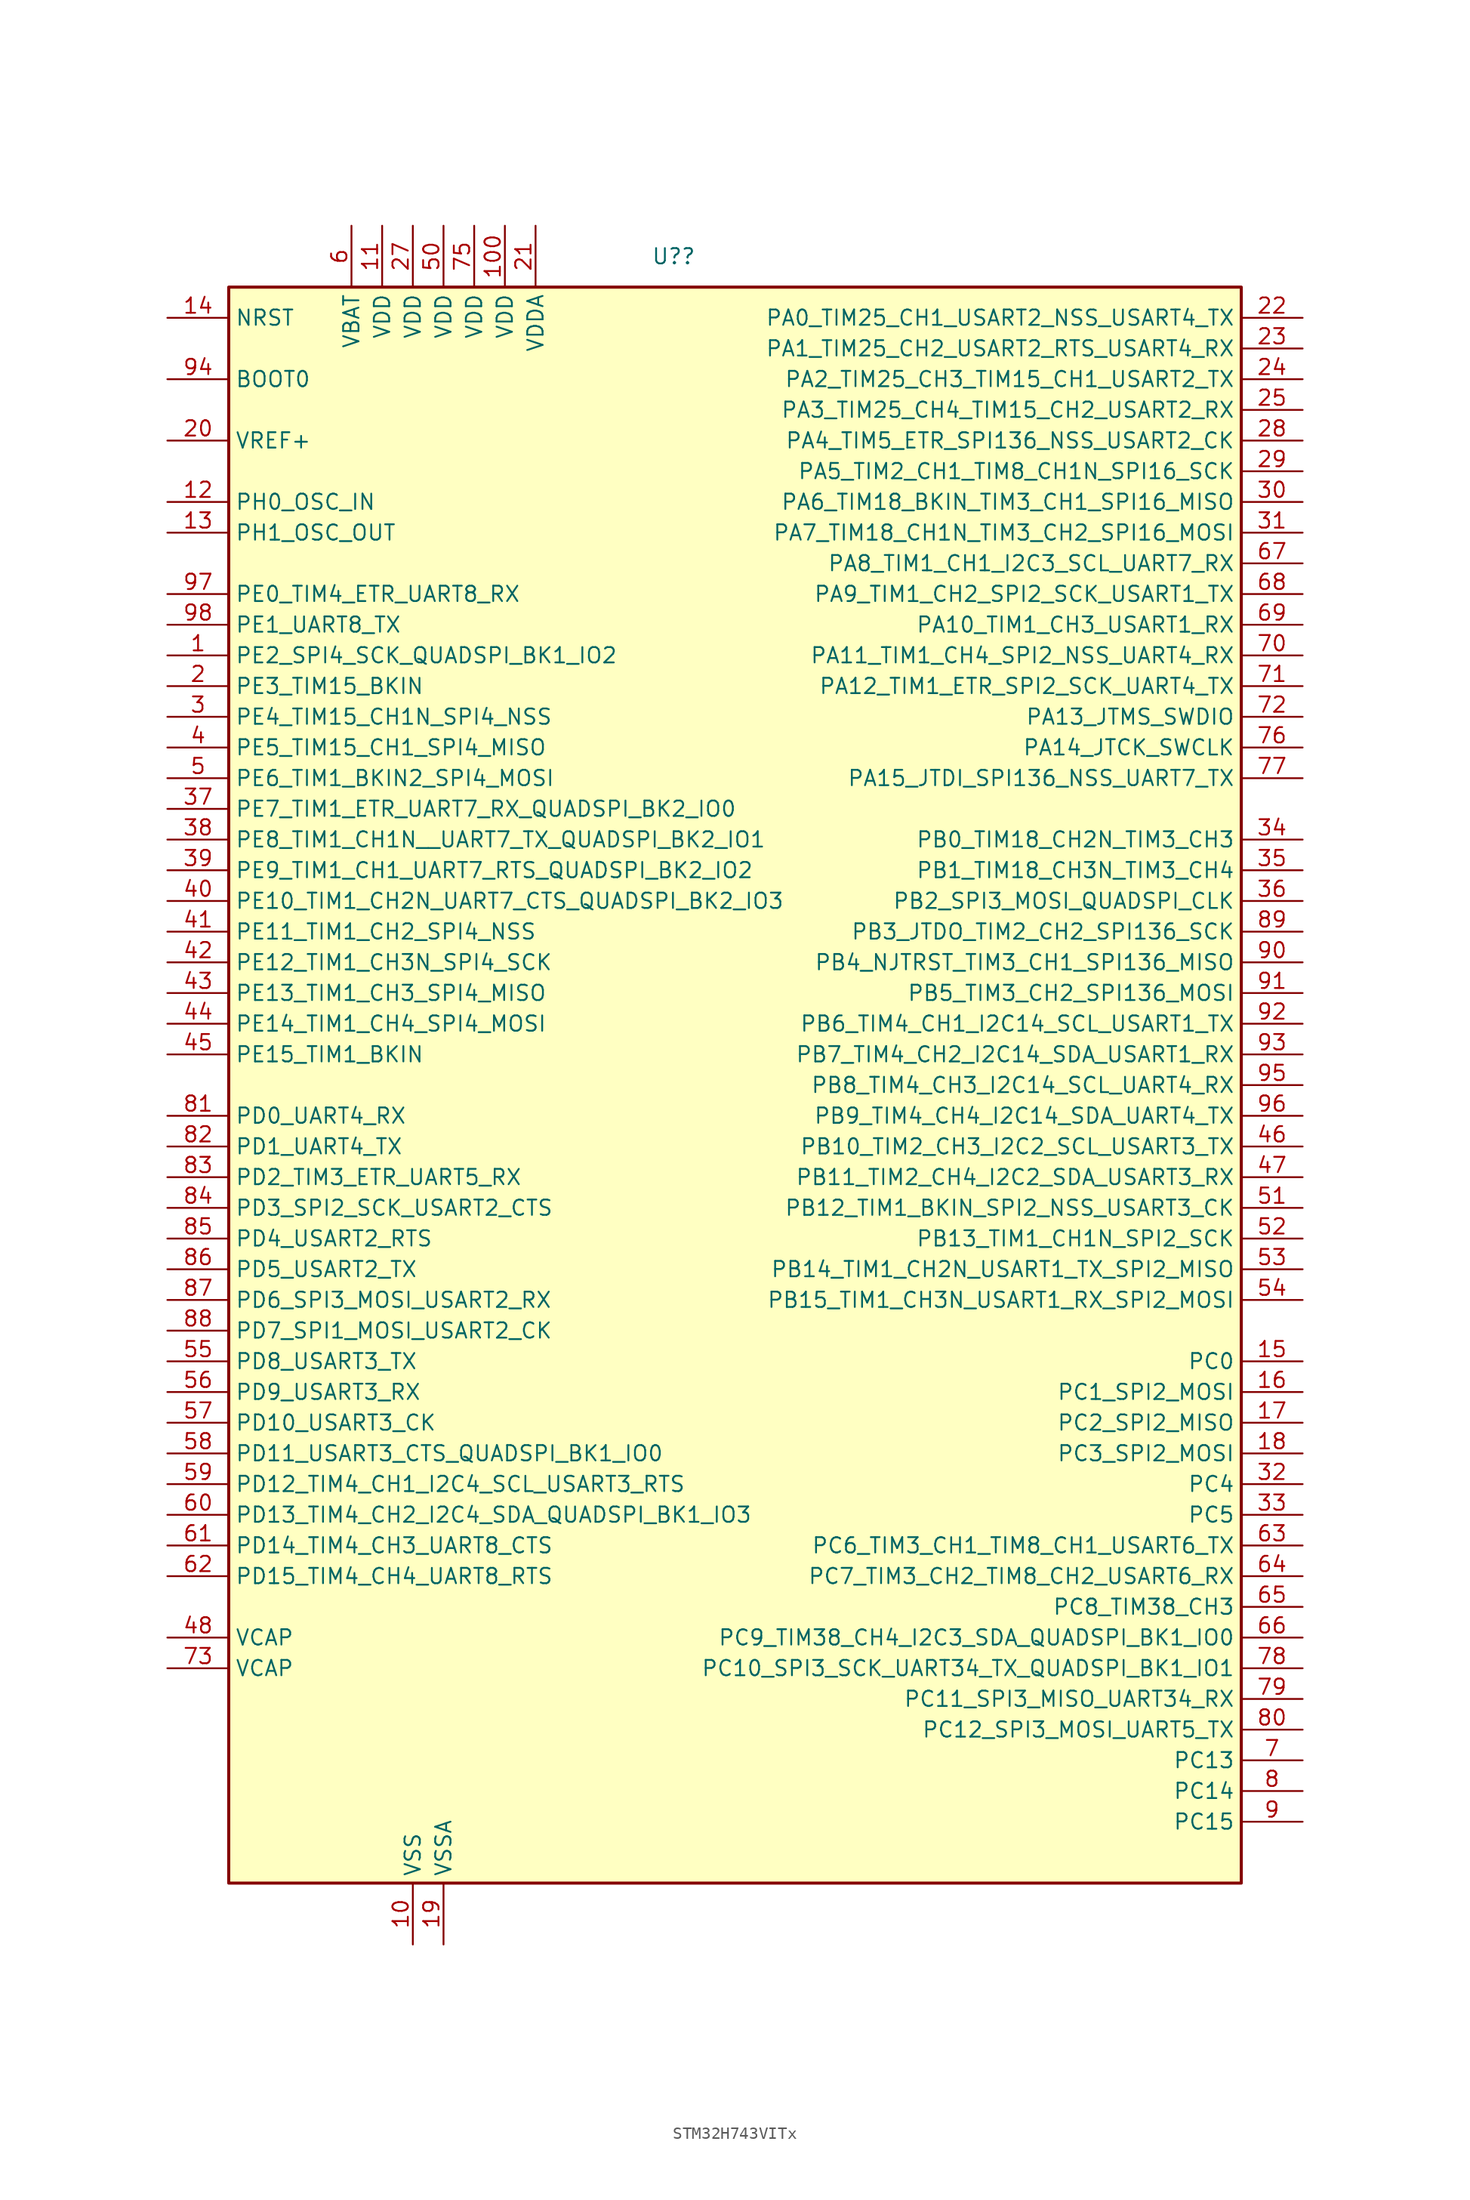
<source format=kicad_sym>
(kicad_symbol_lib
  (version 20231120)
  (generator "kicad_symbol_editor")
  (generator_version "8.0")
  (symbol "STM32H743VITx"
    (property "Reference" "U?"
      (at -5.08 2.54 0)
      (effects (font (size 1.27 1.27))))
    (property "Value" ""
      (at 0 0 0)
      (effects (font (size 1.27 1.27))))
    (symbol "STM32H743VITx_0_1"
      (rectangle (start -41.91 0) (end 41.91 -132.08) (stroke (width 0.254) (type default)) (fill (type background))))
    (symbol "STM32H743VITx_1_1"
      (pin bidirectional line (at -46.99 -30.48 0) (length 5.08) (name "PE2_SPI4_SCK_QUADSPI_BK1_IO2" (effects (font (size 1.27 1.27)))) (number "1" (effects (font (size 1.27 1.27)))) (alternate "DEBUG_TRACECLK" bidirectional line) (alternate "ETH_TXD3" bidirectional line) (alternate "FMC_A23" bidirectional line) (alternate "QUADSPI_BK1_IO2" bidirectional line) (alternate "SAI1_CK1" bidirectional line) (alternate "SAI1_MCLK_A" bidirectional line) (alternate "SAI4_CK1" bidirectional line) (alternate "SAI4_MCLK_A" bidirectional line) (alternate "SPI4_SCK" bidirectional line))
      (pin power_in line (at -26.67 -137.16 90) (length 5.08) (name "VSS" (effects (font (size 1.27 1.27)))) (number "10" (effects (font (size 1.27 1.27)))))
      (pin power_in line (at -19.05 5.08 270) (length 5.08) (name "VDD" (effects (font (size 1.27 1.27)))) (number "100" (effects (font (size 1.27 1.27)))))
      (pin power_in line (at -29.21 5.08 270) (length 5.08) (name "VDD" (effects (font (size 1.27 1.27)))) (number "11" (effects (font (size 1.27 1.27)))))
      (pin bidirectional line (at -46.99 -17.78 0) (length 5.08) (name "PH0_OSC_IN" (effects (font (size 1.27 1.27)))) (number "12" (effects (font (size 1.27 1.27)))) (alternate "RCC_OSC_IN" bidirectional line))
      (pin bidirectional line (at -46.99 -20.32 0) (length 5.08) (name "PH1_OSC_OUT" (effects (font (size 1.27 1.27)))) (number "13" (effects (font (size 1.27 1.27)))) (alternate "RCC_OSC_OUT" bidirectional line))
      (pin input line (at -46.99 -2.54 0) (length 5.08) (name "NRST" (effects (font (size 1.27 1.27)))) (number "14" (effects (font (size 1.27 1.27)))))
      (pin bidirectional line (at 46.99 -88.9 180) (length 5.08) (name "PC0" (effects (font (size 1.27 1.27)))) (number "15" (effects (font (size 1.27 1.27)))) (alternate "ADC1_INP10" bidirectional line) (alternate "ADC2_INP10" bidirectional line) (alternate "ADC3_INP10" bidirectional line) (alternate "DFSDM1_CKIN0" bidirectional line) (alternate "DFSDM1_DATIN4" bidirectional line) (alternate "FMC_SDNWE" bidirectional line) (alternate "LTDC_R5" bidirectional line) (alternate "SAI2_FS_B" bidirectional line) (alternate "USB_OTG_HS_ULPI_STP" bidirectional line))
      (pin bidirectional line (at 46.99 -91.44 180) (length 5.08) (name "PC1_SPI2_MOSI" (effects (font (size 1.27 1.27)))) (number "16" (effects (font (size 1.27 1.27)))) (alternate "ADC1_INN10" bidirectional line) (alternate "ADC1_INP11" bidirectional line) (alternate "ADC2_INN10" bidirectional line) (alternate "ADC2_INP11" bidirectional line) (alternate "ADC3_INN10" bidirectional line) (alternate "ADC3_INP11" bidirectional line) (alternate "DEBUG_TRACED0" bidirectional line) (alternate "DFSDM1_CKIN4" bidirectional line) (alternate "DFSDM1_DATIN0" bidirectional line) (alternate "ETH_MDC" bidirectional line) (alternate "I2S2_SDO" bidirectional line) (alternate "MDIOS_MDC" bidirectional line) (alternate "PWR_WKUP6" bidirectional line) (alternate "RTC_TAMP3" bidirectional line) (alternate "SAI1_D1" bidirectional line) (alternate "SAI1_SD_A" bidirectional line) (alternate "SAI4_D1" bidirectional line) (alternate "SAI4_SD_A" bidirectional line) (alternate "SDMMC2_CK" bidirectional line) (alternate "SPI2_MOSI" bidirectional line))
      (pin bidirectional line (at 46.99 -93.98 180) (length 5.08) (name "PC2_SPI2_MISO" (effects (font (size 1.27 1.27)))) (number "17" (effects (font (size 1.27 1.27)))) (alternate "ADC3_INN1" bidirectional line) (alternate "ADC3_INP0" bidirectional line) (alternate "DFSDM1_CKIN1" bidirectional line) (alternate "DFSDM1_CKOUT" bidirectional line) (alternate "ETH_TXD2" bidirectional line) (alternate "FMC_SDNE0" bidirectional line) (alternate "I2S2_SDI" bidirectional line) (alternate "PWR_CSTOP" bidirectional line) (alternate "SPI2_MISO" bidirectional line) (alternate "USB_OTG_HS_ULPI_DIR" bidirectional line))
      (pin bidirectional line (at 46.99 -96.52 180) (length 5.08) (name "PC3_SPI2_MOSI" (effects (font (size 1.27 1.27)))) (number "18" (effects (font (size 1.27 1.27)))) (alternate "ADC3_INP1" bidirectional line) (alternate "DFSDM1_DATIN1" bidirectional line) (alternate "ETH_TX_CLK" bidirectional line) (alternate "FMC_SDCKE0" bidirectional line) (alternate "I2S2_SDO" bidirectional line) (alternate "PWR_CSLEEP" bidirectional line) (alternate "SPI2_MOSI" bidirectional line) (alternate "USB_OTG_HS_ULPI_NXT" bidirectional line))
      (pin power_in line (at -24.13 -137.16 90) (length 5.08) (name "VSSA" (effects (font (size 1.27 1.27)))) (number "19" (effects (font (size 1.27 1.27)))))
      (pin bidirectional line (at -46.99 -33.02 0) (length 5.08) (name "PE3_TIM15_BKIN" (effects (font (size 1.27 1.27)))) (number "2" (effects (font (size 1.27 1.27)))) (alternate "DEBUG_TRACED0" bidirectional line) (alternate "FMC_A19" bidirectional line) (alternate "SAI1_SD_B" bidirectional line) (alternate "SAI4_SD_B" bidirectional line) (alternate "TIM15_BKIN" bidirectional line))
      (pin input line (at -46.99 -12.7 0) (length 5.08) (name "VREF+" (effects (font (size 1.27 1.27)))) (number "20" (effects (font (size 1.27 1.27)))) (alternate "VREFBUF_OUT" bidirectional line))
      (pin power_in line (at -16.51 5.08 270) (length 5.08) (name "VDDA" (effects (font (size 1.27 1.27)))) (number "21" (effects (font (size 1.27 1.27)))))
      (pin bidirectional line (at 46.99 -2.54 180) (length 5.08) (name "PA0_TIM25_CH1_USART2_NSS_USART4_TX" (effects (font (size 1.27 1.27)))) (number "22" (effects (font (size 1.27 1.27)))) (alternate "ADC1_INP16" bidirectional line) (alternate "ETH_CRS" bidirectional line) (alternate "PWR_WKUP1" bidirectional line) (alternate "SAI2_SD_B" bidirectional line) (alternate "SDMMC2_CMD" bidirectional line) (alternate "TIM15_BKIN" bidirectional line) (alternate "TIM2_CH1" bidirectional line) (alternate "TIM2_ETR" bidirectional line) (alternate "TIM5_CH1" bidirectional line) (alternate "TIM8_ETR" bidirectional line) (alternate "UART4_TX" bidirectional line) (alternate "USART2_CTS" bidirectional line) (alternate "USART2_NSS" bidirectional line))
      (pin bidirectional line (at 46.99 -5.08 180) (length 5.08) (name "PA1_TIM25_CH2_USART2_RTS_USART4_RX" (effects (font (size 1.27 1.27)))) (number "23" (effects (font (size 1.27 1.27)))) (alternate "ADC1_INN16" bidirectional line) (alternate "ADC1_INP17" bidirectional line) (alternate "ETH_REF_CLK" bidirectional line) (alternate "ETH_RX_CLK" bidirectional line) (alternate "LPTIM3_OUT" bidirectional line) (alternate "LTDC_R2" bidirectional line) (alternate "QUADSPI_BK1_IO3" bidirectional line) (alternate "SAI2_MCLK_B" bidirectional line) (alternate "TIM15_CH1N" bidirectional line) (alternate "TIM2_CH2" bidirectional line) (alternate "TIM5_CH2" bidirectional line) (alternate "UART4_RX" bidirectional line) (alternate "USART2_DE" bidirectional line) (alternate "USART2_RTS" bidirectional line))
      (pin bidirectional line (at 46.99 -7.62 180) (length 5.08) (name "PA2_TIM25_CH3_TIM15_CH1_USART2_TX" (effects (font (size 1.27 1.27)))) (number "24" (effects (font (size 1.27 1.27)))) (alternate "ADC1_INP14" bidirectional line) (alternate "ADC2_INP14" bidirectional line) (alternate "ETH_MDIO" bidirectional line) (alternate "LPTIM4_OUT" bidirectional line) (alternate "LTDC_R1" bidirectional line) (alternate "MDIOS_MDIO" bidirectional line) (alternate "PWR_WKUP2" bidirectional line) (alternate "SAI2_SCK_B" bidirectional line) (alternate "TIM15_CH1" bidirectional line) (alternate "TIM2_CH3" bidirectional line) (alternate "TIM5_CH3" bidirectional line) (alternate "USART2_TX" bidirectional line))
      (pin bidirectional line (at 46.99 -10.16 180) (length 5.08) (name "PA3_TIM25_CH4_TIM15_CH2_USART2_RX" (effects (font (size 1.27 1.27)))) (number "25" (effects (font (size 1.27 1.27)))) (alternate "ADC1_INP15" bidirectional line) (alternate "ADC2_INP15" bidirectional line) (alternate "ETH_COL" bidirectional line) (alternate "LPTIM5_OUT" bidirectional line) (alternate "LTDC_B2" bidirectional line) (alternate "LTDC_B5" bidirectional line) (alternate "TIM15_CH2" bidirectional line) (alternate "TIM2_CH4" bidirectional line) (alternate "TIM5_CH4" bidirectional line) (alternate "USART2_RX" bidirectional line) (alternate "USB_OTG_HS_ULPI_D0" bidirectional line))
      (pin passive line (at -26.67 -137.16 90) (length 5.08) hide (name "VSS" (effects (font (size 1.27 1.27)))) (number "26" (effects (font (size 1.27 1.27)))))
      (pin power_in line (at -26.67 5.08 270) (length 5.08) (name "VDD" (effects (font (size 1.27 1.27)))) (number "27" (effects (font (size 1.27 1.27)))))
      (pin bidirectional line (at 46.99 -12.7 180) (length 5.08) (name "PA4_TIM5_ETR_SPI136_NSS_USART2_CK" (effects (font (size 1.27 1.27)))) (number "28" (effects (font (size 1.27 1.27)))) (alternate "ADC1_INP18" bidirectional line) (alternate "ADC2_INP18" bidirectional line) (alternate "DAC1_OUT1" bidirectional line) (alternate "DCMI_HSYNC" bidirectional line) (alternate "I2S1_WS" bidirectional line) (alternate "I2S3_WS" bidirectional line) (alternate "LTDC_VSYNC" bidirectional line) (alternate "SPI1_NSS" bidirectional line) (alternate "SPI3_NSS" bidirectional line) (alternate "SPI6_NSS" bidirectional line) (alternate "TIM5_ETR" bidirectional line) (alternate "USART2_CK" bidirectional line) (alternate "USB_OTG_HS_SOF" bidirectional line))
      (pin bidirectional line (at 46.99 -15.24 180) (length 5.08) (name "PA5_TIM2_CH1_TIM8_CH1N_SPI16_SCK" (effects (font (size 1.27 1.27)))) (number "29" (effects (font (size 1.27 1.27)))) (alternate "ADC1_INN18" bidirectional line) (alternate "ADC1_INP19" bidirectional line) (alternate "ADC2_INN18" bidirectional line) (alternate "ADC2_INP19" bidirectional line) (alternate "DAC1_OUT2" bidirectional line) (alternate "I2S1_CK" bidirectional line) (alternate "LTDC_R4" bidirectional line) (alternate "PWR_NDSTOP2" bidirectional line) (alternate "SPI1_SCK" bidirectional line) (alternate "SPI6_SCK" bidirectional line) (alternate "TIM2_CH1" bidirectional line) (alternate "TIM2_ETR" bidirectional line) (alternate "TIM8_CH1N" bidirectional line) (alternate "USB_OTG_HS_ULPI_CK" bidirectional line))
      (pin bidirectional line (at -46.99 -35.56 0) (length 5.08) (name "PE4_TIM15_CH1N_SPI4_NSS" (effects (font (size 1.27 1.27)))) (number "3" (effects (font (size 1.27 1.27)))) (alternate "DCMI_D4" bidirectional line) (alternate "DEBUG_TRACED1" bidirectional line) (alternate "DFSDM1_DATIN3" bidirectional line) (alternate "FMC_A20" bidirectional line) (alternate "LTDC_B0" bidirectional line) (alternate "SAI1_D2" bidirectional line) (alternate "SAI1_FS_A" bidirectional line) (alternate "SAI4_D2" bidirectional line) (alternate "SAI4_FS_A" bidirectional line) (alternate "SPI4_NSS" bidirectional line) (alternate "TIM15_CH1N" bidirectional line))
      (pin bidirectional line (at 46.99 -17.78 180) (length 5.08) (name "PA6_TIM18_BKIN_TIM3_CH1_SPI16_MISO" (effects (font (size 1.27 1.27)))) (number "30" (effects (font (size 1.27 1.27)))) (alternate "ADC1_INP3" bidirectional line) (alternate "ADC2_INP3" bidirectional line) (alternate "DCMI_PIXCLK" bidirectional line) (alternate "I2S1_SDI" bidirectional line) (alternate "LTDC_G2" bidirectional line) (alternate "MDIOS_MDC" bidirectional line) (alternate "SPI1_MISO" bidirectional line) (alternate "SPI6_MISO" bidirectional line) (alternate "TIM13_CH1" bidirectional line) (alternate "TIM1_BKIN" bidirectional line) (alternate "TIM1_BKIN_COMP1" bidirectional line) (alternate "TIM1_BKIN_COMP2" bidirectional line) (alternate "TIM3_CH1" bidirectional line) (alternate "TIM8_BKIN" bidirectional line) (alternate "TIM8_BKIN_COMP1" bidirectional line) (alternate "TIM8_BKIN_COMP2" bidirectional line))
      (pin bidirectional line (at 46.99 -20.32 180) (length 5.08) (name "PA7_TIM18_CH1N_TIM3_CH2_SPI16_MOSI" (effects (font (size 1.27 1.27)))) (number "31" (effects (font (size 1.27 1.27)))) (alternate "ADC1_INN3" bidirectional line) (alternate "ADC1_INP7" bidirectional line) (alternate "ADC2_INN3" bidirectional line) (alternate "ADC2_INP7" bidirectional line) (alternate "ETH_CRS_DV" bidirectional line) (alternate "ETH_RX_DV" bidirectional line) (alternate "FMC_SDNWE" bidirectional line) (alternate "I2S1_SDO" bidirectional line) (alternate "OPAMP1_VINM" bidirectional line) (alternate "OPAMP1_VINM1" bidirectional line) (alternate "SPI1_MOSI" bidirectional line) (alternate "SPI6_MOSI" bidirectional line) (alternate "TIM14_CH1" bidirectional line) (alternate "TIM1_CH1N" bidirectional line) (alternate "TIM3_CH2" bidirectional line) (alternate "TIM8_CH1N" bidirectional line))
      (pin bidirectional line (at 46.99 -99.06 180) (length 5.08) (name "PC4" (effects (font (size 1.27 1.27)))) (number "32" (effects (font (size 1.27 1.27)))) (alternate "ADC1_INP4" bidirectional line) (alternate "ADC2_INP4" bidirectional line) (alternate "COMP1_INM" bidirectional line) (alternate "DFSDM1_CKIN2" bidirectional line) (alternate "ETH_RXD0" bidirectional line) (alternate "FMC_SDNE0" bidirectional line) (alternate "I2S1_MCK" bidirectional line) (alternate "OPAMP1_VOUT" bidirectional line) (alternate "SPDIFRX1_IN2" bidirectional line))
      (pin bidirectional line (at 46.99 -101.6 180) (length 5.08) (name "PC5" (effects (font (size 1.27 1.27)))) (number "33" (effects (font (size 1.27 1.27)))) (alternate "ADC1_INN4" bidirectional line) (alternate "ADC1_INP8" bidirectional line) (alternate "ADC2_INN4" bidirectional line) (alternate "ADC2_INP8" bidirectional line) (alternate "COMP1_OUT" bidirectional line) (alternate "DFSDM1_DATIN2" bidirectional line) (alternate "ETH_RXD1" bidirectional line) (alternate "FMC_SDCKE0" bidirectional line) (alternate "OPAMP1_VINM" bidirectional line) (alternate "OPAMP1_VINM0" bidirectional line) (alternate "SAI1_D3" bidirectional line) (alternate "SAI4_D3" bidirectional line) (alternate "SPDIFRX1_IN3" bidirectional line))
      (pin bidirectional line (at 46.99 -45.72 180) (length 5.08) (name "PB0_TIM18_CH2N_TIM3_CH3" (effects (font (size 1.27 1.27)))) (number "34" (effects (font (size 1.27 1.27)))) (alternate "ADC1_INN5" bidirectional line) (alternate "ADC1_INP9" bidirectional line) (alternate "ADC2_INN5" bidirectional line) (alternate "ADC2_INP9" bidirectional line) (alternate "COMP1_INP" bidirectional line) (alternate "DFSDM1_CKOUT" bidirectional line) (alternate "ETH_RXD2" bidirectional line) (alternate "LTDC_G1" bidirectional line) (alternate "LTDC_R3" bidirectional line) (alternate "OPAMP1_VINP" bidirectional line) (alternate "TIM1_CH2N" bidirectional line) (alternate "TIM3_CH3" bidirectional line) (alternate "TIM8_CH2N" bidirectional line) (alternate "UART4_CTS" bidirectional line) (alternate "USB_OTG_HS_ULPI_D1" bidirectional line))
      (pin bidirectional line (at 46.99 -48.26 180) (length 5.08) (name "PB1_TIM18_CH3N_TIM3_CH4" (effects (font (size 1.27 1.27)))) (number "35" (effects (font (size 1.27 1.27)))) (alternate "ADC1_INP5" bidirectional line) (alternate "ADC2_INP5" bidirectional line) (alternate "COMP1_INM" bidirectional line) (alternate "DFSDM1_DATIN1" bidirectional line) (alternate "ETH_RXD3" bidirectional line) (alternate "LTDC_G0" bidirectional line) (alternate "LTDC_R6" bidirectional line) (alternate "TIM1_CH3N" bidirectional line) (alternate "TIM3_CH4" bidirectional line) (alternate "TIM8_CH3N" bidirectional line) (alternate "USB_OTG_HS_ULPI_D2" bidirectional line))
      (pin bidirectional line (at 46.99 -50.8 180) (length 5.08) (name "PB2_SPI3_MOSI_QUADSPI_CLK" (effects (font (size 1.27 1.27)))) (number "36" (effects (font (size 1.27 1.27)))) (alternate "COMP1_INP" bidirectional line) (alternate "DFSDM1_CKIN1" bidirectional line) (alternate "I2S3_SDO" bidirectional line) (alternate "QUADSPI_CLK" bidirectional line) (alternate "RTC_OUT_ALARM" bidirectional line) (alternate "RTC_OUT_CALIB" bidirectional line) (alternate "SAI1_D1" bidirectional line) (alternate "SAI1_SD_A" bidirectional line) (alternate "SAI4_D1" bidirectional line) (alternate "SAI4_SD_A" bidirectional line) (alternate "SPI3_MOSI" bidirectional line))
      (pin bidirectional line (at -46.99 -43.18 0) (length 5.08) (name "PE7_TIM1_ETR_UART7_RX_QUADSPI_BK2_IO0" (effects (font (size 1.27 1.27)))) (number "37" (effects (font (size 1.27 1.27)))) (alternate "COMP2_INM" bidirectional line) (alternate "DFSDM1_DATIN2" bidirectional line) (alternate "FMC_D4" bidirectional line) (alternate "FMC_DA4" bidirectional line) (alternate "OPAMP2_VOUT" bidirectional line) (alternate "QUADSPI_BK2_IO0" bidirectional line) (alternate "TIM1_ETR" bidirectional line) (alternate "UART7_RX" bidirectional line))
      (pin bidirectional line (at -46.99 -45.72 0) (length 5.08) (name "PE8_TIM1_CH1N__UART7_TX_QUADSPI_BK2_IO1" (effects (font (size 1.27 1.27)))) (number "38" (effects (font (size 1.27 1.27)))) (alternate "COMP2_OUT" bidirectional line) (alternate "DFSDM1_CKIN2" bidirectional line) (alternate "FMC_D5" bidirectional line) (alternate "FMC_DA5" bidirectional line) (alternate "OPAMP2_VINM" bidirectional line) (alternate "OPAMP2_VINM0" bidirectional line) (alternate "QUADSPI_BK2_IO1" bidirectional line) (alternate "TIM1_CH1N" bidirectional line) (alternate "UART7_TX" bidirectional line))
      (pin bidirectional line (at -46.99 -48.26 0) (length 5.08) (name "PE9_TIM1_CH1_UART7_RTS_QUADSPI_BK2_IO2" (effects (font (size 1.27 1.27)))) (number "39" (effects (font (size 1.27 1.27)))) (alternate "COMP2_INP" bidirectional line) (alternate "DAC1_EXTI9" bidirectional line) (alternate "DFSDM1_CKOUT" bidirectional line) (alternate "FMC_D6" bidirectional line) (alternate "FMC_DA6" bidirectional line) (alternate "OPAMP2_VINP" bidirectional line) (alternate "QUADSPI_BK2_IO2" bidirectional line) (alternate "TIM1_CH1" bidirectional line) (alternate "UART7_DE" bidirectional line) (alternate "UART7_RTS" bidirectional line))
      (pin bidirectional line (at -46.99 -38.1 0) (length 5.08) (name "PE5_TIM15_CH1_SPI4_MISO" (effects (font (size 1.27 1.27)))) (number "4" (effects (font (size 1.27 1.27)))) (alternate "DCMI_D6" bidirectional line) (alternate "DEBUG_TRACED2" bidirectional line) (alternate "DFSDM1_CKIN3" bidirectional line) (alternate "FMC_A21" bidirectional line) (alternate "LTDC_G0" bidirectional line) (alternate "SAI1_CK2" bidirectional line) (alternate "SAI1_SCK_A" bidirectional line) (alternate "SAI4_CK2" bidirectional line) (alternate "SAI4_SCK_A" bidirectional line) (alternate "SPI4_MISO" bidirectional line) (alternate "TIM15_CH1" bidirectional line))
      (pin bidirectional line (at -46.99 -50.8 0) (length 5.08) (name "PE10_TIM1_CH2N_UART7_CTS_QUADSPI_BK2_IO3" (effects (font (size 1.27 1.27)))) (number "40" (effects (font (size 1.27 1.27)))) (alternate "COMP2_INM" bidirectional line) (alternate "DFSDM1_DATIN4" bidirectional line) (alternate "FMC_D7" bidirectional line) (alternate "FMC_DA7" bidirectional line) (alternate "QUADSPI_BK2_IO3" bidirectional line) (alternate "TIM1_CH2N" bidirectional line) (alternate "UART7_CTS" bidirectional line))
      (pin bidirectional line (at -46.99 -53.34 0) (length 5.08) (name "PE11_TIM1_CH2_SPI4_NSS" (effects (font (size 1.27 1.27)))) (number "41" (effects (font (size 1.27 1.27)))) (alternate "ADC1_EXTI11" bidirectional line) (alternate "ADC2_EXTI11" bidirectional line) (alternate "ADC3_EXTI11" bidirectional line) (alternate "COMP2_INP" bidirectional line) (alternate "DFSDM1_CKIN4" bidirectional line) (alternate "FMC_D8" bidirectional line) (alternate "FMC_DA8" bidirectional line) (alternate "LTDC_G3" bidirectional line) (alternate "SAI2_SD_B" bidirectional line) (alternate "SPI4_NSS" bidirectional line) (alternate "TIM1_CH2" bidirectional line))
      (pin bidirectional line (at -46.99 -55.88 0) (length 5.08) (name "PE12_TIM1_CH3N_SPI4_SCK" (effects (font (size 1.27 1.27)))) (number "42" (effects (font (size 1.27 1.27)))) (alternate "COMP1_OUT" bidirectional line) (alternate "DFSDM1_DATIN5" bidirectional line) (alternate "FMC_D9" bidirectional line) (alternate "FMC_DA9" bidirectional line) (alternate "LTDC_B4" bidirectional line) (alternate "SAI2_SCK_B" bidirectional line) (alternate "SPI4_SCK" bidirectional line) (alternate "TIM1_CH3N" bidirectional line))
      (pin bidirectional line (at -46.99 -58.42 0) (length 5.08) (name "PE13_TIM1_CH3_SPI4_MISO" (effects (font (size 1.27 1.27)))) (number "43" (effects (font (size 1.27 1.27)))) (alternate "COMP2_OUT" bidirectional line) (alternate "DFSDM1_CKIN5" bidirectional line) (alternate "FMC_D10" bidirectional line) (alternate "FMC_DA10" bidirectional line) (alternate "LTDC_DE" bidirectional line) (alternate "SAI2_FS_B" bidirectional line) (alternate "SPI4_MISO" bidirectional line) (alternate "TIM1_CH3" bidirectional line))
      (pin bidirectional line (at -46.99 -60.96 0) (length 5.08) (name "PE14_TIM1_CH4_SPI4_MOSI" (effects (font (size 1.27 1.27)))) (number "44" (effects (font (size 1.27 1.27)))) (alternate "FMC_D11" bidirectional line) (alternate "FMC_DA11" bidirectional line) (alternate "LTDC_CLK" bidirectional line) (alternate "SAI2_MCLK_B" bidirectional line) (alternate "SPI4_MOSI" bidirectional line) (alternate "TIM1_CH4" bidirectional line))
      (pin bidirectional line (at -46.99 -63.5 0) (length 5.08) (name "PE15_TIM1_BKIN" (effects (font (size 1.27 1.27)))) (number "45" (effects (font (size 1.27 1.27)))) (alternate "ADC1_EXTI15" bidirectional line) (alternate "ADC2_EXTI15" bidirectional line) (alternate "ADC3_EXTI15" bidirectional line) (alternate "FMC_D12" bidirectional line) (alternate "FMC_DA12" bidirectional line) (alternate "LTDC_R7" bidirectional line) (alternate "TIM1_BKIN" bidirectional line) (alternate "TIM1_BKIN_COMP1" bidirectional line) (alternate "TIM1_BKIN_COMP2" bidirectional line))
      (pin bidirectional line (at 46.99 -71.12 180) (length 5.08) (name "PB10_TIM2_CH3_I2C2_SCL_USART3_TX" (effects (font (size 1.27 1.27)))) (number "46" (effects (font (size 1.27 1.27)))) (alternate "DFSDM1_DATIN7" bidirectional line) (alternate "ETH_RX_ER" bidirectional line) (alternate "HRTIM_SCOUT" bidirectional line) (alternate "I2C2_SCL" bidirectional line) (alternate "I2S2_CK" bidirectional line) (alternate "LPTIM2_IN1" bidirectional line) (alternate "LTDC_G4" bidirectional line) (alternate "QUADSPI_BK1_NCS" bidirectional line) (alternate "SPI2_SCK" bidirectional line) (alternate "TIM2_CH3" bidirectional line) (alternate "USART3_TX" bidirectional line) (alternate "USB_OTG_HS_ULPI_D3" bidirectional line))
      (pin bidirectional line (at 46.99 -73.66 180) (length 5.08) (name "PB11_TIM2_CH4_I2C2_SDA_USART3_RX" (effects (font (size 1.27 1.27)))) (number "47" (effects (font (size 1.27 1.27)))) (alternate "ADC1_EXTI11" bidirectional line) (alternate "ADC2_EXTI11" bidirectional line) (alternate "ADC3_EXTI11" bidirectional line) (alternate "DFSDM1_CKIN7" bidirectional line) (alternate "ETH_TX_EN" bidirectional line) (alternate "HRTIM_SCIN" bidirectional line) (alternate "I2C2_SDA" bidirectional line) (alternate "LPTIM2_ETR" bidirectional line) (alternate "LTDC_G5" bidirectional line) (alternate "TIM2_CH4" bidirectional line) (alternate "USART3_RX" bidirectional line) (alternate "USB_OTG_HS_ULPI_D4" bidirectional line))
      (pin power_out line (at -46.99 -111.76 0) (length 5.08) (name "VCAP" (effects (font (size 1.27 1.27)))) (number "48" (effects (font (size 1.27 1.27)))))
      (pin passive line (at -26.67 -137.16 90) (length 5.08) hide (name "VSS" (effects (font (size 1.27 1.27)))) (number "49" (effects (font (size 1.27 1.27)))))
      (pin bidirectional line (at -46.99 -40.64 0) (length 5.08) (name "PE6_TIM1_BKIN2_SPI4_MOSI" (effects (font (size 1.27 1.27)))) (number "5" (effects (font (size 1.27 1.27)))) (alternate "DCMI_D7" bidirectional line) (alternate "DEBUG_TRACED3" bidirectional line) (alternate "FMC_A22" bidirectional line) (alternate "LTDC_G1" bidirectional line) (alternate "SAI1_D1" bidirectional line) (alternate "SAI1_SD_A" bidirectional line) (alternate "SAI2_MCLK_B" bidirectional line) (alternate "SAI4_D1" bidirectional line) (alternate "SAI4_SD_A" bidirectional line) (alternate "SPI4_MOSI" bidirectional line) (alternate "TIM15_CH2" bidirectional line) (alternate "TIM1_BKIN2" bidirectional line) (alternate "TIM1_BKIN2_COMP1" bidirectional line) (alternate "TIM1_BKIN2_COMP2" bidirectional line))
      (pin power_in line (at -24.13 5.08 270) (length 5.08) (name "VDD" (effects (font (size 1.27 1.27)))) (number "50" (effects (font (size 1.27 1.27)))))
      (pin bidirectional line (at 46.99 -76.2 180) (length 5.08) (name "PB12_TIM1_BKIN_SPI2_NSS_USART3_CK" (effects (font (size 1.27 1.27)))) (number "51" (effects (font (size 1.27 1.27)))) (alternate "DFSDM1_DATIN1" bidirectional line) (alternate "ETH_TXD0" bidirectional line) (alternate "FDCAN2_RX" bidirectional line) (alternate "I2C2_SMBA" bidirectional line) (alternate "I2S2_WS" bidirectional line) (alternate "SPI2_NSS" bidirectional line) (alternate "TIM1_BKIN" bidirectional line) (alternate "TIM1_BKIN_COMP1" bidirectional line) (alternate "TIM1_BKIN_COMP2" bidirectional line) (alternate "UART5_RX" bidirectional line) (alternate "USART3_CK" bidirectional line) (alternate "USB_OTG_HS_ID" bidirectional line) (alternate "USB_OTG_HS_ULPI_D5" bidirectional line))
      (pin bidirectional line (at 46.99 -78.74 180) (length 5.08) (name "PB13_TIM1_CH1N_SPI2_SCK" (effects (font (size 1.27 1.27)))) (number "52" (effects (font (size 1.27 1.27)))) (alternate "DFSDM1_CKIN1" bidirectional line) (alternate "ETH_TXD1" bidirectional line) (alternate "FDCAN2_TX" bidirectional line) (alternate "I2S2_CK" bidirectional line) (alternate "LPTIM2_OUT" bidirectional line) (alternate "SPI2_SCK" bidirectional line) (alternate "TIM1_CH1N" bidirectional line) (alternate "UART5_TX" bidirectional line) (alternate "USART3_CTS" bidirectional line) (alternate "USART3_NSS" bidirectional line) (alternate "USB_OTG_HS_ULPI_D6" bidirectional line) (alternate "USB_OTG_HS_VBUS" bidirectional line))
      (pin bidirectional line (at 46.99 -81.28 180) (length 5.08) (name "PB14_TIM1_CH2N_USART1_TX_SPI2_MISO" (effects (font (size 1.27 1.27)))) (number "53" (effects (font (size 1.27 1.27)))) (alternate "DFSDM1_DATIN2" bidirectional line) (alternate "I2S2_SDI" bidirectional line) (alternate "SDMMC2_D0" bidirectional line) (alternate "SPI2_MISO" bidirectional line) (alternate "TIM12_CH1" bidirectional line) (alternate "TIM1_CH2N" bidirectional line) (alternate "TIM8_CH2N" bidirectional line) (alternate "UART4_DE" bidirectional line) (alternate "UART4_RTS" bidirectional line) (alternate "USART1_TX" bidirectional line) (alternate "USART3_DE" bidirectional line) (alternate "USART3_RTS" bidirectional line) (alternate "USB_OTG_HS_DM" bidirectional line))
      (pin bidirectional line (at 46.99 -83.82 180) (length 5.08) (name "PB15_TIM1_CH3N_USART1_RX_SPI2_MOSI" (effects (font (size 1.27 1.27)))) (number "54" (effects (font (size 1.27 1.27)))) (alternate "ADC1_EXTI15" bidirectional line) (alternate "ADC2_EXTI15" bidirectional line) (alternate "ADC3_EXTI15" bidirectional line) (alternate "DFSDM1_CKIN2" bidirectional line) (alternate "I2S2_SDO" bidirectional line) (alternate "RTC_REFIN" bidirectional line) (alternate "SDMMC2_D1" bidirectional line) (alternate "SPI2_MOSI" bidirectional line) (alternate "TIM12_CH2" bidirectional line) (alternate "TIM1_CH3N" bidirectional line) (alternate "TIM8_CH3N" bidirectional line) (alternate "UART4_CTS" bidirectional line) (alternate "USART1_RX" bidirectional line) (alternate "USB_OTG_HS_DP" bidirectional line))
      (pin bidirectional line (at -46.99 -88.9 0) (length 5.08) (name "PD8_USART3_TX" (effects (font (size 1.27 1.27)))) (number "55" (effects (font (size 1.27 1.27)))) (alternate "DFSDM1_CKIN3" bidirectional line) (alternate "FMC_D13" bidirectional line) (alternate "FMC_DA13" bidirectional line) (alternate "SAI3_SCK_B" bidirectional line) (alternate "SPDIFRX1_IN1" bidirectional line) (alternate "USART3_TX" bidirectional line))
      (pin bidirectional line (at -46.99 -91.44 0) (length 5.08) (name "PD9_USART3_RX" (effects (font (size 1.27 1.27)))) (number "56" (effects (font (size 1.27 1.27)))) (alternate "DAC1_EXTI9" bidirectional line) (alternate "DFSDM1_DATIN3" bidirectional line) (alternate "FMC_D14" bidirectional line) (alternate "FMC_DA14" bidirectional line) (alternate "SAI3_SD_B" bidirectional line) (alternate "USART3_RX" bidirectional line))
      (pin bidirectional line (at -46.99 -93.98 0) (length 5.08) (name "PD10_USART3_CK" (effects (font (size 1.27 1.27)))) (number "57" (effects (font (size 1.27 1.27)))) (alternate "DFSDM1_CKOUT" bidirectional line) (alternate "FMC_D15" bidirectional line) (alternate "FMC_DA15" bidirectional line) (alternate "LTDC_B3" bidirectional line) (alternate "SAI3_FS_B" bidirectional line) (alternate "USART3_CK" bidirectional line))
      (pin bidirectional line (at -46.99 -96.52 0) (length 5.08) (name "PD11_USART3_CTS_QUADSPI_BK1_IO0" (effects (font (size 1.27 1.27)))) (number "58" (effects (font (size 1.27 1.27)))) (alternate "ADC1_EXTI11" bidirectional line) (alternate "ADC2_EXTI11" bidirectional line) (alternate "ADC3_EXTI11" bidirectional line) (alternate "FMC_A16" bidirectional line) (alternate "FMC_CLE" bidirectional line) (alternate "I2C4_SMBA" bidirectional line) (alternate "LPTIM2_IN2" bidirectional line) (alternate "QUADSPI_BK1_IO0" bidirectional line) (alternate "SAI2_SD_A" bidirectional line) (alternate "USART3_CTS" bidirectional line) (alternate "USART3_NSS" bidirectional line))
      (pin bidirectional line (at -46.99 -99.06 0) (length 5.08) (name "PD12_TIM4_CH1_I2C4_SCL_USART3_RTS" (effects (font (size 1.27 1.27)))) (number "59" (effects (font (size 1.27 1.27)))) (alternate "FMC_A17" bidirectional line) (alternate "FMC_ALE" bidirectional line) (alternate "I2C4_SCL" bidirectional line) (alternate "LPTIM1_IN1" bidirectional line) (alternate "LPTIM2_IN1" bidirectional line) (alternate "QUADSPI_BK1_IO1" bidirectional line) (alternate "SAI2_FS_A" bidirectional line) (alternate "TIM4_CH1" bidirectional line) (alternate "USART3_DE" bidirectional line) (alternate "USART3_RTS" bidirectional line))
      (pin power_in line (at -31.75 5.08 270) (length 5.08) (name "VBAT" (effects (font (size 1.27 1.27)))) (number "6" (effects (font (size 1.27 1.27)))))
      (pin bidirectional line (at -46.99 -101.6 0) (length 5.08) (name "PD13_TIM4_CH2_I2C4_SDA_QUADSPI_BK1_IO3" (effects (font (size 1.27 1.27)))) (number "60" (effects (font (size 1.27 1.27)))) (alternate "FMC_A18" bidirectional line) (alternate "I2C4_SDA" bidirectional line) (alternate "LPTIM1_OUT" bidirectional line) (alternate "QUADSPI_BK1_IO3" bidirectional line) (alternate "SAI2_SCK_A" bidirectional line) (alternate "TIM4_CH2" bidirectional line))
      (pin bidirectional line (at -46.99 -104.14 0) (length 5.08) (name "PD14_TIM4_CH3_UART8_CTS" (effects (font (size 1.27 1.27)))) (number "61" (effects (font (size 1.27 1.27)))) (alternate "FMC_D0" bidirectional line) (alternate "FMC_DA0" bidirectional line) (alternate "SAI3_MCLK_B" bidirectional line) (alternate "TIM4_CH3" bidirectional line) (alternate "UART8_CTS" bidirectional line))
      (pin bidirectional line (at -46.99 -106.68 0) (length 5.08) (name "PD15_TIM4_CH4_UART8_RTS" (effects (font (size 1.27 1.27)))) (number "62" (effects (font (size 1.27 1.27)))) (alternate "ADC1_EXTI15" bidirectional line) (alternate "ADC2_EXTI15" bidirectional line) (alternate "ADC3_EXTI15" bidirectional line) (alternate "FMC_D1" bidirectional line) (alternate "FMC_DA1" bidirectional line) (alternate "SAI3_MCLK_A" bidirectional line) (alternate "TIM4_CH4" bidirectional line) (alternate "UART8_DE" bidirectional line) (alternate "UART8_RTS" bidirectional line))
      (pin bidirectional line (at 46.99 -104.14 180) (length 5.08) (name "PC6_TIM3_CH1_TIM8_CH1_USART6_TX" (effects (font (size 1.27 1.27)))) (number "63" (effects (font (size 1.27 1.27)))) (alternate "DCMI_D0" bidirectional line) (alternate "DFSDM1_CKIN3" bidirectional line) (alternate "FMC_NWAIT" bidirectional line) (alternate "HRTIM_CHA1" bidirectional line) (alternate "I2S2_MCK" bidirectional line) (alternate "LTDC_HSYNC" bidirectional line) (alternate "SDMMC1_D0DIR" bidirectional line) (alternate "SDMMC1_D6" bidirectional line) (alternate "SDMMC2_D6" bidirectional line) (alternate "SWPMI1_IO" bidirectional line) (alternate "TIM3_CH1" bidirectional line) (alternate "TIM8_CH1" bidirectional line) (alternate "USART6_TX" bidirectional line))
      (pin bidirectional line (at 46.99 -106.68 180) (length 5.08) (name "PC7_TIM3_CH2_TIM8_CH2_USART6_RX" (effects (font (size 1.27 1.27)))) (number "64" (effects (font (size 1.27 1.27)))) (alternate "DCMI_D1" bidirectional line) (alternate "DEBUG_TRGIO" bidirectional line) (alternate "DFSDM1_DATIN3" bidirectional line) (alternate "FMC_NE1" bidirectional line) (alternate "HRTIM_CHA2" bidirectional line) (alternate "I2S3_MCK" bidirectional line) (alternate "LTDC_G6" bidirectional line) (alternate "SDMMC1_D123DIR" bidirectional line) (alternate "SDMMC1_D7" bidirectional line) (alternate "SDMMC2_D7" bidirectional line) (alternate "SWPMI1_TX" bidirectional line) (alternate "TIM3_CH2" bidirectional line) (alternate "TIM8_CH2" bidirectional line) (alternate "USART6_RX" bidirectional line))
      (pin bidirectional line (at 46.99 -109.22 180) (length 5.08) (name "PC8_TIM38_CH3" (effects (font (size 1.27 1.27)))) (number "65" (effects (font (size 1.27 1.27)))) (alternate "DCMI_D2" bidirectional line) (alternate "DEBUG_TRACED1" bidirectional line) (alternate "FMC_NCE" bidirectional line) (alternate "FMC_NE2" bidirectional line) (alternate "HRTIM_CHB1" bidirectional line) (alternate "SDMMC1_D0" bidirectional line) (alternate "SWPMI1_RX" bidirectional line) (alternate "TIM3_CH3" bidirectional line) (alternate "TIM8_CH3" bidirectional line) (alternate "UART5_DE" bidirectional line) (alternate "UART5_RTS" bidirectional line) (alternate "USART6_CK" bidirectional line))
      (pin bidirectional line (at 46.99 -111.76 180) (length 5.08) (name "PC9_TIM38_CH4_I2C3_SDA_QUADSPI_BK1_IO0" (effects (font (size 1.27 1.27)))) (number "66" (effects (font (size 1.27 1.27)))) (alternate "DAC1_EXTI9" bidirectional line) (alternate "DCMI_D3" bidirectional line) (alternate "I2C3_SDA" bidirectional line) (alternate "I2S_CKIN" bidirectional line) (alternate "LTDC_B2" bidirectional line) (alternate "LTDC_G3" bidirectional line) (alternate "QUADSPI_BK1_IO0" bidirectional line) (alternate "RCC_MCO_2" bidirectional line) (alternate "SDMMC1_D1" bidirectional line) (alternate "SWPMI1_SUSPEND" bidirectional line) (alternate "TIM3_CH4" bidirectional line) (alternate "TIM8_CH4" bidirectional line) (alternate "UART5_CTS" bidirectional line))
      (pin bidirectional line (at 46.99 -22.86 180) (length 5.08) (name "PA8_TIM1_CH1_I2C3_SCL_UART7_RX" (effects (font (size 1.27 1.27)))) (number "67" (effects (font (size 1.27 1.27)))) (alternate "HRTIM_CHB2" bidirectional line) (alternate "I2C3_SCL" bidirectional line) (alternate "LTDC_B3" bidirectional line) (alternate "LTDC_R6" bidirectional line) (alternate "RCC_MCO_1" bidirectional line) (alternate "TIM1_CH1" bidirectional line) (alternate "TIM8_BKIN2" bidirectional line) (alternate "TIM8_BKIN2_COMP1" bidirectional line) (alternate "TIM8_BKIN2_COMP2" bidirectional line) (alternate "UART7_RX" bidirectional line) (alternate "USART1_CK" bidirectional line) (alternate "USB_OTG_FS_SOF" bidirectional line))
      (pin bidirectional line (at 46.99 -25.4 180) (length 5.08) (name "PA9_TIM1_CH2_SPI2_SCK_USART1_TX" (effects (font (size 1.27 1.27)))) (number "68" (effects (font (size 1.27 1.27)))) (alternate "DAC1_EXTI9" bidirectional line) (alternate "DCMI_D0" bidirectional line) (alternate "HRTIM_CHC1" bidirectional line) (alternate "I2C3_SMBA" bidirectional line) (alternate "I2S2_CK" bidirectional line) (alternate "LPUART1_TX" bidirectional line) (alternate "LTDC_R5" bidirectional line) (alternate "SPI2_SCK" bidirectional line) (alternate "TIM1_CH2" bidirectional line) (alternate "USART1_TX" bidirectional line) (alternate "USB_OTG_FS_VBUS" bidirectional line))
      (pin bidirectional line (at 46.99 -27.94 180) (length 5.08) (name "PA10_TIM1_CH3_USART1_RX" (effects (font (size 1.27 1.27)))) (number "69" (effects (font (size 1.27 1.27)))) (alternate "DCMI_D1" bidirectional line) (alternate "HRTIM_CHC2" bidirectional line) (alternate "LPUART1_RX" bidirectional line) (alternate "LTDC_B1" bidirectional line) (alternate "LTDC_B4" bidirectional line) (alternate "MDIOS_MDIO" bidirectional line) (alternate "TIM1_CH3" bidirectional line) (alternate "USART1_RX" bidirectional line) (alternate "USB_OTG_FS_ID" bidirectional line))
      (pin bidirectional line (at 46.99 -121.92 180) (length 5.08) (name "PC13" (effects (font (size 1.27 1.27)))) (number "7" (effects (font (size 1.27 1.27)))) (alternate "PWR_WKUP4" bidirectional line) (alternate "RTC_OUT_ALARM" bidirectional line) (alternate "RTC_OUT_CALIB" bidirectional line) (alternate "RTC_TAMP1" bidirectional line) (alternate "RTC_TS" bidirectional line))
      (pin bidirectional line (at 46.99 -30.48 180) (length 5.08) (name "PA11_TIM1_CH4_SPI2_NSS_UART4_RX" (effects (font (size 1.27 1.27)))) (number "70" (effects (font (size 1.27 1.27)))) (alternate "ADC1_EXTI11" bidirectional line) (alternate "ADC2_EXTI11" bidirectional line) (alternate "ADC3_EXTI11" bidirectional line) (alternate "FDCAN1_RX" bidirectional line) (alternate "HRTIM_CHD1" bidirectional line) (alternate "I2S2_WS" bidirectional line) (alternate "LPUART1_CTS" bidirectional line) (alternate "LTDC_R4" bidirectional line) (alternate "SPI2_NSS" bidirectional line) (alternate "TIM1_CH4" bidirectional line) (alternate "UART4_RX" bidirectional line) (alternate "USART1_CTS" bidirectional line) (alternate "USART1_NSS" bidirectional line) (alternate "USB_OTG_FS_DM" bidirectional line))
      (pin bidirectional line (at 46.99 -33.02 180) (length 5.08) (name "PA12_TIM1_ETR_SPI2_SCK_UART4_TX" (effects (font (size 1.27 1.27)))) (number "71" (effects (font (size 1.27 1.27)))) (alternate "FDCAN1_TX" bidirectional line) (alternate "HRTIM_CHD2" bidirectional line) (alternate "I2S2_CK" bidirectional line) (alternate "LPUART1_DE" bidirectional line) (alternate "LPUART1_RTS" bidirectional line) (alternate "LTDC_R5" bidirectional line) (alternate "SAI2_FS_B" bidirectional line) (alternate "SPI2_SCK" bidirectional line) (alternate "TIM1_ETR" bidirectional line) (alternate "UART4_TX" bidirectional line) (alternate "USART1_DE" bidirectional line) (alternate "USART1_RTS" bidirectional line) (alternate "USB_OTG_FS_DP" bidirectional line))
      (pin bidirectional line (at 46.99 -35.56 180) (length 5.08) (name "PA13_JTMS_SWDIO" (effects (font (size 1.27 1.27)))) (number "72" (effects (font (size 1.27 1.27)))) (alternate "DEBUG_JTMS-SWDIO" bidirectional line))
      (pin power_out line (at -46.99 -114.3 0) (length 5.08) (name "VCAP" (effects (font (size 1.27 1.27)))) (number "73" (effects (font (size 1.27 1.27)))))
      (pin passive line (at -26.67 -137.16 90) (length 5.08) hide (name "VSS" (effects (font (size 1.27 1.27)))) (number "74" (effects (font (size 1.27 1.27)))))
      (pin power_in line (at -21.59 5.08 270) (length 5.08) (name "VDD" (effects (font (size 1.27 1.27)))) (number "75" (effects (font (size 1.27 1.27)))))
      (pin bidirectional line (at 46.99 -38.1 180) (length 5.08) (name "PA14_JTCK_SWCLK" (effects (font (size 1.27 1.27)))) (number "76" (effects (font (size 1.27 1.27)))) (alternate "DEBUG_JTCK-SWCLK" bidirectional line))
      (pin bidirectional line (at 46.99 -40.64 180) (length 5.08) (name "PA15_JTDI_SPI136_NSS_UART7_TX" (effects (font (size 1.27 1.27)))) (number "77" (effects (font (size 1.27 1.27)))) (alternate "ADC1_EXTI15" bidirectional line) (alternate "ADC2_EXTI15" bidirectional line) (alternate "ADC3_EXTI15" bidirectional line) (alternate "CEC" bidirectional line) (alternate "DEBUG_JTDI" bidirectional line) (alternate "HRTIM_FLT1" bidirectional line) (alternate "I2S1_WS" bidirectional line) (alternate "I2S3_WS" bidirectional line) (alternate "SPI1_NSS" bidirectional line) (alternate "SPI3_NSS" bidirectional line) (alternate "SPI6_NSS" bidirectional line) (alternate "TIM2_CH1" bidirectional line) (alternate "TIM2_ETR" bidirectional line) (alternate "UART4_DE" bidirectional line) (alternate "UART4_RTS" bidirectional line) (alternate "UART7_TX" bidirectional line))
      (pin bidirectional line (at 46.99 -114.3 180) (length 5.08) (name "PC10_SPI3_SCK_UART34_TX_QUADSPI_BK1_IO1" (effects (font (size 1.27 1.27)))) (number "78" (effects (font (size 1.27 1.27)))) (alternate "DCMI_D8" bidirectional line) (alternate "DFSDM1_CKIN5" bidirectional line) (alternate "HRTIM_EEV1" bidirectional line) (alternate "I2S3_CK" bidirectional line) (alternate "LTDC_R2" bidirectional line) (alternate "QUADSPI_BK1_IO1" bidirectional line) (alternate "SDMMC1_D2" bidirectional line) (alternate "SPI3_SCK" bidirectional line) (alternate "UART4_TX" bidirectional line) (alternate "USART3_TX" bidirectional line))
      (pin bidirectional line (at 46.99 -116.84 180) (length 5.08) (name "PC11_SPI3_MISO_UART34_RX" (effects (font (size 1.27 1.27)))) (number "79" (effects (font (size 1.27 1.27)))) (alternate "ADC1_EXTI11" bidirectional line) (alternate "ADC2_EXTI11" bidirectional line) (alternate "ADC3_EXTI11" bidirectional line) (alternate "DCMI_D4" bidirectional line) (alternate "DFSDM1_DATIN5" bidirectional line) (alternate "HRTIM_FLT2" bidirectional line) (alternate "I2S3_SDI" bidirectional line) (alternate "QUADSPI_BK2_NCS" bidirectional line) (alternate "SDMMC1_D3" bidirectional line) (alternate "SPI3_MISO" bidirectional line) (alternate "UART4_RX" bidirectional line) (alternate "USART3_RX" bidirectional line))
      (pin bidirectional line (at 46.99 -124.46 180) (length 5.08) (name "PC14" (effects (font (size 1.27 1.27)))) (number "8" (effects (font (size 1.27 1.27)))) (alternate "RCC_OSC32_IN" bidirectional line))
      (pin bidirectional line (at 46.99 -119.38 180) (length 5.08) (name "PC12_SPI3_MOSI_UART5_TX" (effects (font (size 1.27 1.27)))) (number "80" (effects (font (size 1.27 1.27)))) (alternate "DCMI_D9" bidirectional line) (alternate "DEBUG_TRACED3" bidirectional line) (alternate "HRTIM_EEV2" bidirectional line) (alternate "I2S3_SDO" bidirectional line) (alternate "SDMMC1_CK" bidirectional line) (alternate "SPI3_MOSI" bidirectional line) (alternate "UART5_TX" bidirectional line) (alternate "USART3_CK" bidirectional line))
      (pin bidirectional line (at -46.99 -68.58 0) (length 5.08) (name "PD0_UART4_RX" (effects (font (size 1.27 1.27)))) (number "81" (effects (font (size 1.27 1.27)))) (alternate "DFSDM1_CKIN6" bidirectional line) (alternate "FDCAN1_RX" bidirectional line) (alternate "FMC_D2" bidirectional line) (alternate "FMC_DA2" bidirectional line) (alternate "SAI3_SCK_A" bidirectional line) (alternate "UART4_RX" bidirectional line))
      (pin bidirectional line (at -46.99 -71.12 0) (length 5.08) (name "PD1_UART4_TX" (effects (font (size 1.27 1.27)))) (number "82" (effects (font (size 1.27 1.27)))) (alternate "FDCAN1_TX" bidirectional line) (alternate "FMC_D3" bidirectional line) (alternate "FMC_DA3" bidirectional line) (alternate "SAI3_SD_A" bidirectional line) (alternate "UART4_TX" bidirectional line) (alternate "_" bidirectional line))
      (pin bidirectional line (at -46.99 -73.66 0) (length 5.08) (name "PD2_TIM3_ETR_UART5_RX" (effects (font (size 1.27 1.27)))) (number "83" (effects (font (size 1.27 1.27)))) (alternate "DCMI_D11" bidirectional line) (alternate "DEBUG_TRACED2" bidirectional line) (alternate "SDMMC1_CMD" bidirectional line) (alternate "TIM3_ETR" bidirectional line) (alternate "UART5_RX" bidirectional line))
      (pin bidirectional line (at -46.99 -76.2 0) (length 5.08) (name "PD3_SPI2_SCK_USART2_CTS" (effects (font (size 1.27 1.27)))) (number "84" (effects (font (size 1.27 1.27)))) (alternate "DCMI_D5" bidirectional line) (alternate "DFSDM1_CKOUT" bidirectional line) (alternate "FMC_CLK" bidirectional line) (alternate "I2S2_CK" bidirectional line) (alternate "LTDC_G7" bidirectional line) (alternate "SPI2_SCK" bidirectional line) (alternate "USART2_CTS" bidirectional line) (alternate "USART2_NSS" bidirectional line))
      (pin bidirectional line (at -46.99 -78.74 0) (length 5.08) (name "PD4_USART2_RTS" (effects (font (size 1.27 1.27)))) (number "85" (effects (font (size 1.27 1.27)))) (alternate "FMC_NOE" bidirectional line) (alternate "HRTIM_FLT3" bidirectional line) (alternate "SAI3_FS_A" bidirectional line) (alternate "USART2_DE" bidirectional line) (alternate "USART2_RTS" bidirectional line))
      (pin bidirectional line (at -46.99 -81.28 0) (length 5.08) (name "PD5_USART2_TX" (effects (font (size 1.27 1.27)))) (number "86" (effects (font (size 1.27 1.27)))) (alternate "FMC_NWE" bidirectional line) (alternate "HRTIM_EEV3" bidirectional line) (alternate "USART2_TX" bidirectional line))
      (pin bidirectional line (at -46.99 -83.82 0) (length 5.08) (name "PD6_SPI3_MOSI_USART2_RX" (effects (font (size 1.27 1.27)))) (number "87" (effects (font (size 1.27 1.27)))) (alternate "DCMI_D10" bidirectional line) (alternate "DFSDM1_CKIN4" bidirectional line) (alternate "DFSDM1_DATIN1" bidirectional line) (alternate "FMC_NWAIT" bidirectional line) (alternate "I2S3_SDO" bidirectional line) (alternate "LTDC_B2" bidirectional line) (alternate "SAI1_D1" bidirectional line) (alternate "SAI1_SD_A" bidirectional line) (alternate "SAI4_D1" bidirectional line) (alternate "SAI4_SD_A" bidirectional line) (alternate "SDMMC2_CK" bidirectional line) (alternate "SPI3_MOSI" bidirectional line) (alternate "USART2_RX" bidirectional line))
      (pin bidirectional line (at -46.99 -86.36 0) (length 5.08) (name "PD7_SPI1_MOSI_USART2_CK" (effects (font (size 1.27 1.27)))) (number "88" (effects (font (size 1.27 1.27)))) (alternate "DFSDM1_CKIN1" bidirectional line) (alternate "DFSDM1_DATIN4" bidirectional line) (alternate "FMC_NE1" bidirectional line) (alternate "I2S1_SDO" bidirectional line) (alternate "SDMMC2_CMD" bidirectional line) (alternate "SPDIFRX1_IN0" bidirectional line) (alternate "SPI1_MOSI" bidirectional line) (alternate "USART2_CK" bidirectional line))
      (pin bidirectional line (at 46.99 -53.34 180) (length 5.08) (name "PB3_JTDO_TIM2_CH2_SPI136_SCK" (effects (font (size 1.27 1.27)))) (number "89" (effects (font (size 1.27 1.27)))) (alternate "CRS_SYNC" bidirectional line) (alternate "DEBUG_JTDO-SWO" bidirectional line) (alternate "HRTIM_FLT4" bidirectional line) (alternate "I2S1_CK" bidirectional line) (alternate "I2S3_CK" bidirectional line) (alternate "SDMMC2_D2" bidirectional line) (alternate "SPI1_SCK" bidirectional line) (alternate "SPI3_SCK" bidirectional line) (alternate "SPI6_SCK" bidirectional line) (alternate "TIM2_CH2" bidirectional line) (alternate "UART7_RX" bidirectional line))
      (pin bidirectional line (at 46.99 -127 180) (length 5.08) (name "PC15" (effects (font (size 1.27 1.27)))) (number "9" (effects (font (size 1.27 1.27)))) (alternate "ADC1_EXTI15" bidirectional line) (alternate "ADC2_EXTI15" bidirectional line) (alternate "ADC3_EXTI15" bidirectional line) (alternate "RCC_OSC32_OUT" bidirectional line))
      (pin bidirectional line (at 46.99 -55.88 180) (length 5.08) (name "PB4_NJTRST_TIM3_CH1_SPI136_MISO" (effects (font (size 1.27 1.27)))) (number "90" (effects (font (size 1.27 1.27)))) (alternate "DEBUG_JTRST" bidirectional line) (alternate "HRTIM_EEV6" bidirectional line) (alternate "I2S1_SDI" bidirectional line) (alternate "I2S2_WS" bidirectional line) (alternate "I2S3_SDI" bidirectional line) (alternate "SDMMC2_D3" bidirectional line) (alternate "SPI1_MISO" bidirectional line) (alternate "SPI2_NSS" bidirectional line) (alternate "SPI3_MISO" bidirectional line) (alternate "SPI6_MISO" bidirectional line) (alternate "TIM16_BKIN" bidirectional line) (alternate "TIM3_CH1" bidirectional line) (alternate "UART7_TX" bidirectional line))
      (pin bidirectional line (at 46.99 -58.42 180) (length 5.08) (name "PB5_TIM3_CH2_SPI136_MOSI" (effects (font (size 1.27 1.27)))) (number "91" (effects (font (size 1.27 1.27)))) (alternate "DCMI_D10" bidirectional line) (alternate "ETH_PPS_OUT" bidirectional line) (alternate "FDCAN2_RX" bidirectional line) (alternate "FMC_SDCKE1" bidirectional line) (alternate "HRTIM_EEV7" bidirectional line) (alternate "I2C1_SMBA" bidirectional line) (alternate "I2C4_SMBA" bidirectional line) (alternate "I2S1_SDO" bidirectional line) (alternate "I2S3_SDO" bidirectional line) (alternate "SPI1_MOSI" bidirectional line) (alternate "SPI3_MOSI" bidirectional line) (alternate "SPI6_MOSI" bidirectional line) (alternate "TIM17_BKIN" bidirectional line) (alternate "TIM3_CH2" bidirectional line) (alternate "UART5_RX" bidirectional line) (alternate "USB_OTG_HS_ULPI_D7" bidirectional line))
      (pin bidirectional line (at 46.99 -60.96 180) (length 5.08) (name "PB6_TIM4_CH1_I2C14_SCL_USART1_TX" (effects (font (size 1.27 1.27)))) (number "92" (effects (font (size 1.27 1.27)))) (alternate "CEC" bidirectional line) (alternate "DCMI_D5" bidirectional line) (alternate "DFSDM1_DATIN5" bidirectional line) (alternate "FDCAN2_TX" bidirectional line) (alternate "FMC_SDNE1" bidirectional line) (alternate "HRTIM_EEV8" bidirectional line) (alternate "I2C1_SCL" bidirectional line) (alternate "I2C4_SCL" bidirectional line) (alternate "LPUART1_TX" bidirectional line) (alternate "QUADSPI_BK1_NCS" bidirectional line) (alternate "TIM16_CH1N" bidirectional line) (alternate "TIM4_CH1" bidirectional line) (alternate "UART5_TX" bidirectional line) (alternate "USART1_TX" bidirectional line))
      (pin bidirectional line (at 46.99 -63.5 180) (length 5.08) (name "PB7_TIM4_CH2_I2C14_SDA_USART1_RX" (effects (font (size 1.27 1.27)))) (number "93" (effects (font (size 1.27 1.27)))) (alternate "DCMI_VSYNC" bidirectional line) (alternate "DFSDM1_CKIN5" bidirectional line) (alternate "FMC_NL" bidirectional line) (alternate "HRTIM_EEV9" bidirectional line) (alternate "I2C1_SDA" bidirectional line) (alternate "I2C4_SDA" bidirectional line) (alternate "LPUART1_RX" bidirectional line) (alternate "PWR_PVD_IN" bidirectional line) (alternate "TIM17_CH1N" bidirectional line) (alternate "TIM4_CH2" bidirectional line) (alternate "USART1_RX" bidirectional line))
      (pin input line (at -46.99 -7.62 0) (length 5.08) (name "BOOT0" (effects (font (size 1.27 1.27)))) (number "94" (effects (font (size 1.27 1.27)))))
      (pin bidirectional line (at 46.99 -66.04 180) (length 5.08) (name "PB8_TIM4_CH3_I2C14_SCL_UART4_RX" (effects (font (size 1.27 1.27)))) (number "95" (effects (font (size 1.27 1.27)))) (alternate "DCMI_D6" bidirectional line) (alternate "DFSDM1_CKIN7" bidirectional line) (alternate "ETH_TXD3" bidirectional line) (alternate "FDCAN1_RX" bidirectional line) (alternate "I2C1_SCL" bidirectional line) (alternate "I2C4_SCL" bidirectional line) (alternate "LTDC_B6" bidirectional line) (alternate "SDMMC1_CKIN" bidirectional line) (alternate "SDMMC1_D4" bidirectional line) (alternate "SDMMC2_D4" bidirectional line) (alternate "TIM16_CH1" bidirectional line) (alternate "TIM4_CH3" bidirectional line) (alternate "UART4_RX" bidirectional line))
      (pin bidirectional line (at 46.99 -68.58 180) (length 5.08) (name "PB9_TIM4_CH4_I2C14_SDA_UART4_TX" (effects (font (size 1.27 1.27)))) (number "96" (effects (font (size 1.27 1.27)))) (alternate "DAC1_EXTI9" bidirectional line) (alternate "DCMI_D7" bidirectional line) (alternate "DFSDM1_DATIN7" bidirectional line) (alternate "FDCAN1_TX" bidirectional line) (alternate "I2C1_SDA" bidirectional line) (alternate "I2C4_SDA" bidirectional line) (alternate "I2C4_SMBA" bidirectional line) (alternate "I2S2_WS" bidirectional line) (alternate "LTDC_B7" bidirectional line) (alternate "SDMMC1_CDIR" bidirectional line) (alternate "SDMMC1_D5" bidirectional line) (alternate "SDMMC2_D5" bidirectional line) (alternate "SPI2_NSS" bidirectional line) (alternate "TIM17_CH1" bidirectional line) (alternate "TIM4_CH4" bidirectional line) (alternate "UART4_TX" bidirectional line))
      (pin bidirectional line (at -46.99 -25.4 0) (length 5.08) (name "PE0_TIM4_ETR_UART8_RX" (effects (font (size 1.27 1.27)))) (number "97" (effects (font (size 1.27 1.27)))) (alternate "DCMI_D2" bidirectional line) (alternate "FMC_NBL0" bidirectional line) (alternate "HRTIM_SCIN" bidirectional line) (alternate "LPTIM1_ETR" bidirectional line) (alternate "LPTIM2_ETR" bidirectional line) (alternate "SAI2_MCLK_A" bidirectional line) (alternate "TIM4_ETR" bidirectional line) (alternate "UART8_RX" bidirectional line))
      (pin bidirectional line (at -46.99 -27.94 0) (length 5.08) (name "PE1_UART8_TX" (effects (font (size 1.27 1.27)))) (number "98" (effects (font (size 1.27 1.27)))) (alternate "DCMI_D3" bidirectional line) (alternate "FMC_NBL1" bidirectional line) (alternate "HRTIM_SCOUT" bidirectional line) (alternate "LPTIM1_IN2" bidirectional line) (alternate "UART8_TX" bidirectional line))
      (pin passive line (at -26.67 -137.16 90) (length 5.08) hide (name "VSS" (effects (font (size 1.27 1.27)))) (number "99" (effects (font (size 1.27 1.27))))))))
</source>
